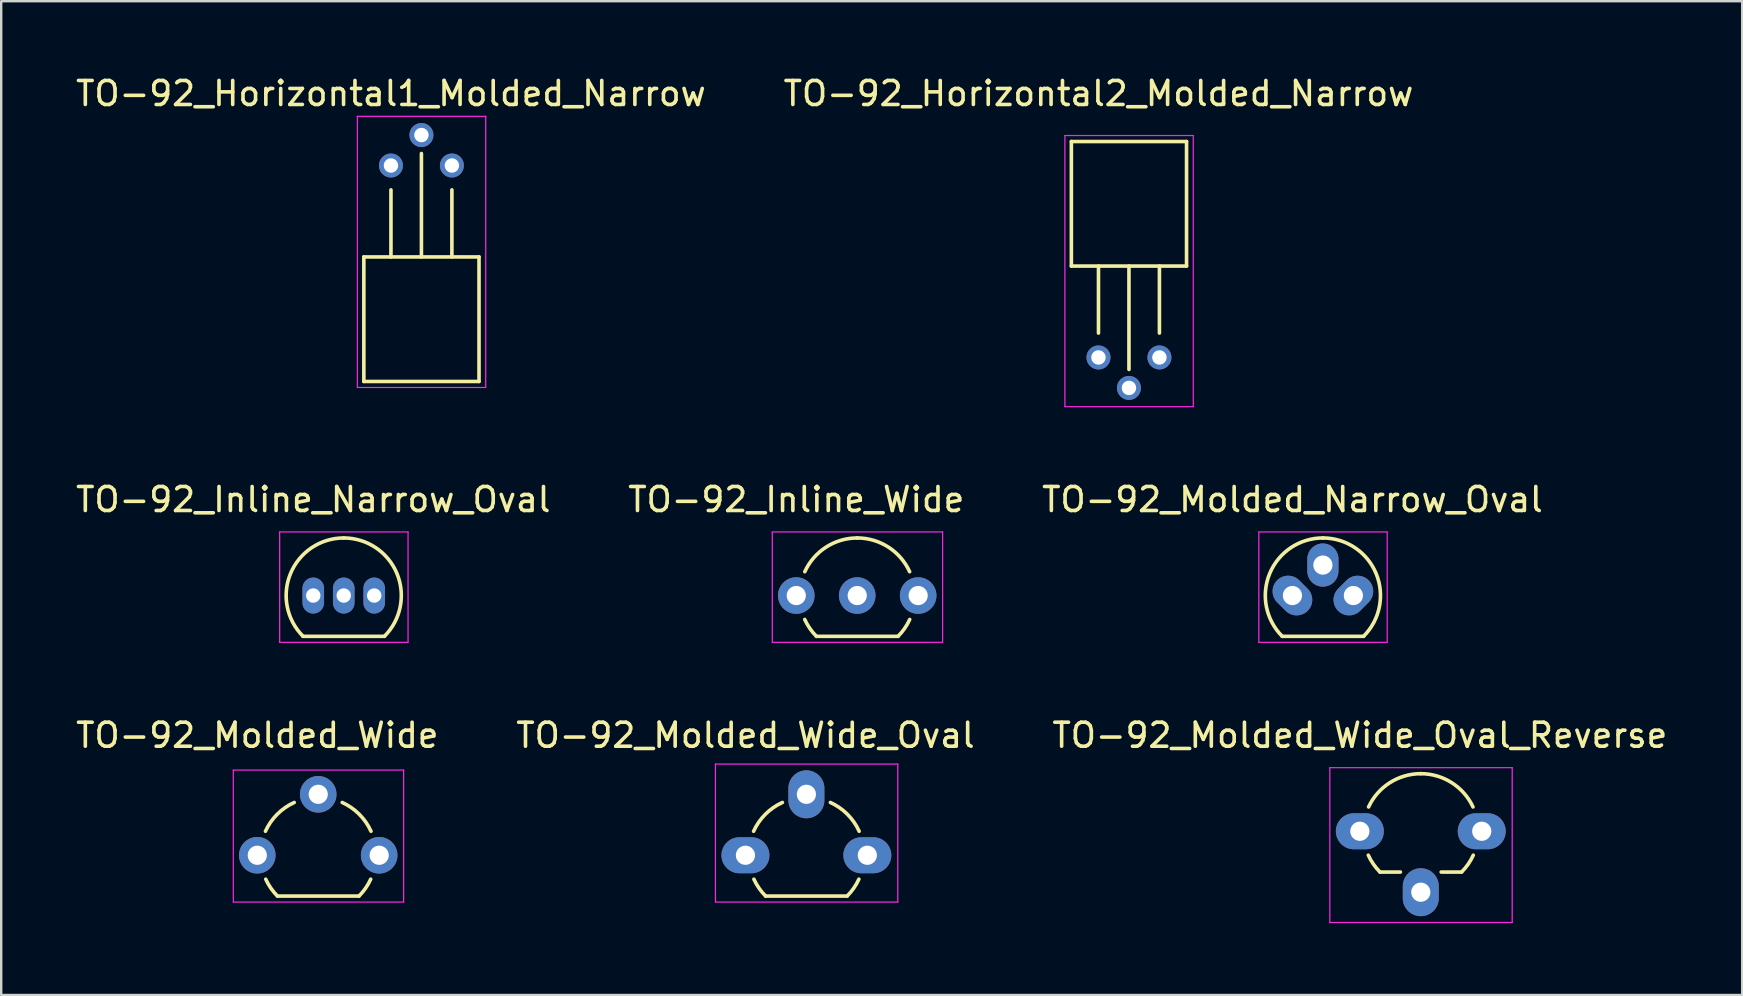
<source format=kicad_pcb>
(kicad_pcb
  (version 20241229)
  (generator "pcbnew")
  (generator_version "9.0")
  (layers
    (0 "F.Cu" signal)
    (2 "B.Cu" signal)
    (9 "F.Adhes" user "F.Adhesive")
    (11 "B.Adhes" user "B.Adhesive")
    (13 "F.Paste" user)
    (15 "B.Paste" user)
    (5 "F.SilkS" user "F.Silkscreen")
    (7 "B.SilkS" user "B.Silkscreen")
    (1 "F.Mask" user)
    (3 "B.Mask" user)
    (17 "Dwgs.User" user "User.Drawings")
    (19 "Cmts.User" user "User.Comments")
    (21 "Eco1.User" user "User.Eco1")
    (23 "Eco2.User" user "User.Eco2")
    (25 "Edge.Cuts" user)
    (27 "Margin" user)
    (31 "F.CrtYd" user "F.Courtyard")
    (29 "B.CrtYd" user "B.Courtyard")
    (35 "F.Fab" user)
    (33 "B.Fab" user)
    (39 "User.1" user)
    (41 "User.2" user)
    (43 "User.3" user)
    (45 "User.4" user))
  (footprint "TO-92_Horizontal2_Molded_Narrow"
    (layer "F.Cu")
    (at 42.732 11.848)
    (property "Reference" "TO-92_Horizontal2_Molded_Narrow" (at 0 -11 180) (layer "F.SilkS") (effects (font (size 1 1) (thickness 0.15))))
    (attr through_hole)
    (fp_line (start -1.13 -9) (end 3.67 -9) (stroke (width 0.15) (type solid)) (layer "F.SilkS"))
    (fp_line (start -1.13 -3.81) (end -1.13 -9) (stroke (width 0.15) (type solid)) (layer "F.SilkS"))
    (fp_line (start 0 -1.016) (end 0 -3.81) (stroke (width 0.15) (type solid)) (layer "F.SilkS"))
    (fp_line (start 1.27 0.5) (end 1.27 -3.81) (stroke (width 0.15) (type solid)) (layer "F.SilkS"))
    (fp_line (start 2.54 -1.016) (end 2.54 -3.81) (stroke (width 0.15) (type solid)) (layer "F.SilkS"))
    (fp_line (start 3.67 -9) (end 3.67 -3.81) (stroke (width 0.15) (type solid)) (layer "F.SilkS"))
    (fp_line (start 3.67 -3.81) (end -1.13 -3.81) (stroke (width 0.15) (type solid)) (layer "F.SilkS"))
    (fp_line (start -1.4 -9.25) (end -1.4 2.05) (stroke (width 0.05) (type solid)) (layer "F.CrtYd"))
    (fp_line (start 3.95 -9.25) (end -1.4 -9.25) (stroke (width 0.05) (type solid)) (layer "F.CrtYd"))
    (fp_line (start 3.95 -9.25) (end 3.95 2.05) (stroke (width 0.05) (type solid)) (layer "F.CrtYd"))
    (fp_line (start 3.95 2.05) (end -1.4 2.05) (stroke (width 0.05) (type solid)) (layer "F.CrtYd"))
    (pad "1" thru_hole circle (at 0 0 270) (size 1.001 1.001) (drill 0.6) (layers "*.Cu" "*.Mask"))
    (pad "2" thru_hole circle (at 1.27 1.27 270) (size 1.001 1.001) (drill 0.6) (layers "*.Cu" "*.Mask"))
    (pad "3" thru_hole circle (at 2.54 0 270) (size 1.001 1.001) (drill 0.6) (layers "*.Cu" "*.Mask")))
  (footprint "TO-92_Molded_Wide_Oval_Reverse"
    (layer "F.Cu")
    (at 53.625 31.595)
    (property "Reference" "TO-92_Molded_Wide_Oval_Reverse" (at 0 -4 0) (layer "F.SilkS") (effects (font (size 1 1) (thickness 0.15))))
    (attr through_hole)
    (fp_line (start 0.84 1.7) (end 1.69 1.7) (stroke (width 0.15) (type solid)) (layer "F.SilkS"))
    (fp_line (start 3.39 1.7) (end 4.24 1.7) (stroke (width 0.15) (type solid)) (layer "F.SilkS"))
    (fp_arc (start 0.363869 -1.012153) (mid 1.24949 -2.023508) (end 2.54 -2.4) (stroke (width 0.15) (type solid)) (layer "F.SilkS"))
    (fp_arc (start 0.84 1.7) (mid 0.564627 1.370365) (end 0.352305 0.99699) (stroke (width 0.15) (type solid)) (layer "F.SilkS"))
    (fp_arc (start 2.54 -2.4) (mid 3.83051 -2.023508) (end 4.716131 -1.012153) (stroke (width 0.15) (type solid)) (layer "F.SilkS"))
    (fp_arc (start 4.727695 0.99699) (mid 4.515373 1.370365) (end 4.24 1.7) (stroke (width 0.15) (type solid)) (layer "F.SilkS"))
    (fp_line (start -1.25 -2.65) (end 6.35 -2.65) (stroke (width 0.05) (type solid)) (layer "F.CrtYd"))
    (fp_line (start -1.25 3.8) (end -1.25 -2.65) (stroke (width 0.05) (type solid)) (layer "F.CrtYd"))
    (fp_line (start -1.25 3.8) (end 6.35 3.8) (stroke (width 0.05) (type solid)) (layer "F.CrtYd"))
    (fp_line (start 6.35 3.8) (end 6.35 -2.65) (stroke (width 0.05) (type solid)) (layer "F.CrtYd"))
    (pad "1" thru_hole oval (at 0 0 90) (size 1.501 1.999) (drill 0.8) (layers "*.Cu" "*.Mask"))
    (pad "2" thru_hole oval (at 2.54 2.54 90) (size 1.999 1.501) (drill 0.8) (layers "*.Cu" "*.Mask"))
    (pad "3" thru_hole oval (at 5.08 0 90) (size 1.501 1.999) (drill 0.8) (layers "*.Cu" "*.Mask")))
  (footprint "TO-92_Inline_Wide"
    (layer "F.Cu")
    (at 30.137 21.771)
    (property "Reference" "TO-92_Inline_Wide" (at 0 -4 180) (layer "F.SilkS") (effects (font (size 1 1) (thickness 0.15))))
    (attr through_hole)
    (fp_line (start 0.84 1.7) (end 4.24 1.7) (stroke (width 0.15) (type solid)) (layer "F.SilkS"))
    (fp_arc (start 0.355121 -0.993127) (mid 1.240675 -2.017858) (end 2.54 -2.4) (stroke (width 0.15) (type solid)) (layer "F.SilkS"))
    (fp_arc (start 0.84 1.7) (mid 0.564627 1.370365) (end 0.352305 0.99699) (stroke (width 0.15) (type solid)) (layer "F.SilkS"))
    (fp_arc (start 2.54 -2.4) (mid 3.839326 -2.017858) (end 4.724879 -0.993127) (stroke (width 0.15) (type solid)) (layer "F.SilkS"))
    (fp_arc (start 4.727695 0.99699) (mid 4.515373 1.370365) (end 4.24 1.7) (stroke (width 0.15) (type solid)) (layer "F.SilkS"))
    (fp_line (start -1 -2.65) (end 6.1 -2.65) (stroke (width 0.05) (type solid)) (layer "F.CrtYd"))
    (fp_line (start -1 1.95) (end -1 -2.65) (stroke (width 0.05) (type solid)) (layer "F.CrtYd"))
    (fp_line (start -1 1.95) (end 6.1 1.95) (stroke (width 0.05) (type solid)) (layer "F.CrtYd"))
    (fp_line (start 6.1 1.95) (end 6.1 -2.65) (stroke (width 0.05) (type solid)) (layer "F.CrtYd"))
    (pad "1" thru_hole circle (at 0 0 90) (size 1.524 1.524) (drill 0.8) (layers "*.Cu" "*.Mask"))
    (pad "2" thru_hole circle (at 2.54 0 90) (size 1.524 1.524) (drill 0.8) (layers "*.Cu" "*.Mask"))
    (pad "3" thru_hole circle (at 5.08 0 90) (size 1.524 1.524) (drill 0.8) (layers "*.Cu" "*.Mask")))
  (footprint "TO-92_Molded_Wide_Oval"
    (layer "F.Cu")
    (at 28.018 32.595)
    (property "Reference" "TO-92_Molded_Wide_Oval" (at 0 -5 0) (layer "F.SilkS") (effects (font (size 1 1) (thickness 0.15))))
    (attr through_hole)
    (fp_line (start 0.84 1.7) (end 4.24 1.7) (stroke (width 0.15) (type solid)) (layer "F.SilkS"))
    (fp_arc (start 0.34 -1) (mid 0.831199 -1.708801) (end 1.54 -2.2) (stroke (width 0.15) (type solid)) (layer "F.SilkS"))
    (fp_arc (start 0.84 1.7) (mid 0.564627 1.370365) (end 0.352305 0.99699) (stroke (width 0.15) (type solid)) (layer "F.SilkS"))
    (fp_arc (start 3.54 -2.2) (mid 4.248801 -1.708801) (end 4.74 -1) (stroke (width 0.15) (type solid)) (layer "F.SilkS"))
    (fp_arc (start 4.727695 0.99699) (mid 4.515373 1.370365) (end 4.24 1.7) (stroke (width 0.15) (type solid)) (layer "F.SilkS"))
    (fp_line (start -1.25 -3.8) (end 6.35 -3.8) (stroke (width 0.05) (type solid)) (layer "F.CrtYd"))
    (fp_line (start -1.25 1.95) (end -1.25 -3.8) (stroke (width 0.05) (type solid)) (layer "F.CrtYd"))
    (fp_line (start -1.25 1.95) (end 6.35 1.95) (stroke (width 0.05) (type solid)) (layer "F.CrtYd"))
    (fp_line (start 6.35 1.95) (end 6.35 -3.8) (stroke (width 0.05) (type solid)) (layer "F.CrtYd"))
    (pad "1" thru_hole oval (at 0 0 90) (size 1.501 1.999) (drill 0.8) (layers "*.Cu" "*.Mask"))
    (pad "2" thru_hole oval (at 2.54 -2.54 90) (size 1.999 1.501) (drill 0.8) (layers "*.Cu" "*.Mask"))
    (pad "3" thru_hole oval (at 5.08 0 90) (size 1.501 1.999) (drill 0.8) (layers "*.Cu" "*.Mask")))
  (footprint "TO-92_Horizontal1_Molded_Narrow"
    (layer "F.Cu")
    (at 13.244 3.848)
    (property "Reference" "TO-92_Horizontal1_Molded_Narrow" (at 0 -3 0) (layer "F.SilkS") (effects (font (size 1 1) (thickness 0.15))))
    (attr through_hole)
    (fp_line (start -1.13 3.81) (end 3.67 3.81) (stroke (width 0.15) (type solid)) (layer "F.SilkS"))
    (fp_line (start -1.13 9) (end -1.13 3.81) (stroke (width 0.15) (type solid)) (layer "F.SilkS"))
    (fp_line (start 0 1.016) (end 0 3.81) (stroke (width 0.15) (type solid)) (layer "F.SilkS"))
    (fp_line (start 1.27 -0.5) (end 1.27 3.81) (stroke (width 0.15) (type solid)) (layer "F.SilkS"))
    (fp_line (start 2.54 1.016) (end 2.54 3.81) (stroke (width 0.15) (type solid)) (layer "F.SilkS"))
    (fp_line (start 3.67 3.81) (end 3.67 9) (stroke (width 0.15) (type solid)) (layer "F.SilkS"))
    (fp_line (start 3.67 9) (end -1.13 9) (stroke (width 0.15) (type solid)) (layer "F.SilkS"))
    (fp_line (start -1.4 -2.05) (end 3.95 -2.05) (stroke (width 0.05) (type solid)) (layer "F.CrtYd"))
    (fp_line (start -1.4 9.25) (end -1.4 -2.05) (stroke (width 0.05) (type solid)) (layer "F.CrtYd"))
    (fp_line (start -1.4 9.25) (end 3.95 9.25) (stroke (width 0.05) (type solid)) (layer "F.CrtYd"))
    (fp_line (start 3.95 9.25) (end 3.95 -2.05) (stroke (width 0.05) (type solid)) (layer "F.CrtYd"))
    (pad "1" thru_hole circle (at 0 0 90) (size 1.001 1.001) (drill 0.6) (layers "*.Cu" "*.Mask"))
    (pad "2" thru_hole circle (at 1.27 -1.27 90) (size 1.001 1.001) (drill 0.6) (layers "*.Cu" "*.Mask"))
    (pad "3" thru_hole circle (at 2.54 0 90) (size 1.001 1.001) (drill 0.6) (layers "*.Cu" "*.Mask")))
  (footprint "TO-92_Molded_Narrow_Oval"
    (layer "F.Cu")
    (at 50.815 21.771)
    (property "Reference" "TO-92_Molded_Narrow_Oval" (at 0 -4 0) (layer "F.SilkS") (effects (font (size 1 1) (thickness 0.15))))
    (attr through_hole)
    (fp_line (start -0.43 1.7) (end 2.97 1.7) (stroke (width 0.15) (type solid)) (layer "F.SilkS"))
    (fp_arc (start -0.427056 1.697056) (mid -0.947311 -0.91844) (end 1.27 -2.4) (stroke (width 0.15) (type solid)) (layer "F.SilkS"))
    (fp_arc (start 1.27 -2.4) (mid 3.487311 -0.91844) (end 2.967056 1.697056) (stroke (width 0.15) (type solid)) (layer "F.SilkS"))
    (fp_line (start -1.4 -2.65) (end 3.95 -2.65) (stroke (width 0.05) (type solid)) (layer "F.CrtYd"))
    (fp_line (start -1.4 1.95) (end -1.4 -2.65) (stroke (width 0.05) (type solid)) (layer "F.CrtYd"))
    (fp_line (start -1.4 1.95) (end 3.95 1.95) (stroke (width 0.05) (type solid)) (layer "F.CrtYd"))
    (fp_line (start 3.95 1.95) (end 3.95 -2.65) (stroke (width 0.05) (type solid)) (layer "F.CrtYd"))
    (pad "1" thru_hole oval (at 0 0 45) (size 1.3 1.801) (drill 0.8) (layers "*.Cu" "*.Mask"))
    (pad "2" thru_hole oval (at 1.27 -1.27 90) (size 1.801 1.3) (drill 0.8) (layers "*.Cu" "*.Mask"))
    (pad "3" thru_hole oval (at 2.54 0 45) (size 1.801 1.3) (drill 0.8) (layers "*.Cu" "*.Mask")))
  (footprint "TO-92_Inline_Narrow_Oval"
    (layer "F.Cu")
    (at 10.006 21.771)
    (property "Reference" "TO-92_Inline_Narrow_Oval" (at 0 -4 0) (layer "F.SilkS") (effects (font (size 1 1) (thickness 0.15))))
    (attr through_hole)
    (fp_line (start -0.43 1.7) (end 2.97 1.7) (stroke (width 0.15) (type solid)) (layer "F.SilkS"))
    (fp_arc (start -0.427056 1.697056) (mid -0.947311 -0.91844) (end 1.27 -2.4) (stroke (width 0.15) (type solid)) (layer "F.SilkS"))
    (fp_arc (start 1.27 -2.4) (mid 3.487311 -0.91844) (end 2.967056 1.697056) (stroke (width 0.15) (type solid)) (layer "F.SilkS"))
    (fp_line (start -1.4 -2.65) (end 3.95 -2.65) (stroke (width 0.05) (type solid)) (layer "F.CrtYd"))
    (fp_line (start -1.4 1.95) (end -1.4 -2.65) (stroke (width 0.05) (type solid)) (layer "F.CrtYd"))
    (fp_line (start -1.4 1.95) (end 3.95 1.95) (stroke (width 0.05) (type solid)) (layer "F.CrtYd"))
    (fp_line (start 3.95 1.95) (end 3.95 -2.65) (stroke (width 0.05) (type solid)) (layer "F.CrtYd"))
    (pad "1" thru_hole oval (at 0 0 180) (size 0.899 1.501) (drill 0.6) (layers "*.Cu" "*.Mask"))
    (pad "2" thru_hole oval (at 1.27 0 180) (size 0.899 1.501) (drill 0.6) (layers "*.Cu" "*.Mask"))
    (pad "3" thru_hole oval (at 2.54 0 180) (size 0.899 1.501) (drill 0.6) (layers "*.Cu" "*.Mask")))
  (footprint "TO-92_Molded_Wide"
    (layer "F.Cu")
    (at 7.673 32.595)
    (property "Reference" "TO-92_Molded_Wide" (at 0 -5 180) (layer "F.SilkS") (effects (font (size 1 1) (thickness 0.15))))
    (attr through_hole)
    (fp_line (start 0.84 1.7) (end 4.24 1.7) (stroke (width 0.15) (type solid)) (layer "F.SilkS"))
    (fp_arc (start 0.34 -1) (mid 0.831199 -1.708801) (end 1.54 -2.2) (stroke (width 0.15) (type solid)) (layer "F.SilkS"))
    (fp_arc (start 0.84 1.7) (mid 0.564627 1.370365) (end 0.352305 0.99699) (stroke (width 0.15) (type solid)) (layer "F.SilkS"))
    (fp_arc (start 3.54 -2.2) (mid 4.248801 -1.708801) (end 4.74 -1) (stroke (width 0.15) (type solid)) (layer "F.SilkS"))
    (fp_arc (start 4.727695 0.99699) (mid 4.515373 1.370365) (end 4.24 1.7) (stroke (width 0.15) (type solid)) (layer "F.SilkS"))
    (fp_line (start -1 -3.55) (end 6.1 -3.55) (stroke (width 0.05) (type solid)) (layer "F.CrtYd"))
    (fp_line (start -1 1.95) (end -1 -3.55) (stroke (width 0.05) (type solid)) (layer "F.CrtYd"))
    (fp_line (start -1 1.95) (end 6.1 1.95) (stroke (width 0.05) (type solid)) (layer "F.CrtYd"))
    (fp_line (start 6.1 1.95) (end 6.1 -3.55) (stroke (width 0.05) (type solid)) (layer "F.CrtYd"))
    (pad "1" thru_hole circle (at 0 0 90) (size 1.524 1.524) (drill 0.8) (layers "*.Cu" "*.Mask"))
    (pad "2" thru_hole circle (at 2.54 -2.54 90) (size 1.524 1.524) (drill 0.8) (layers "*.Cu" "*.Mask"))
    (pad "3" thru_hole circle (at 5.08 0 90) (size 1.524 1.524) (drill 0.8) (layers "*.Cu" "*.Mask")))
  (gr_rect
    (start -3 -3)
    (end 69.56 38.42)
    (stroke (width 0.1) (type default))
    (fill no)
    (layer "Edge.Cuts")))
</source>
